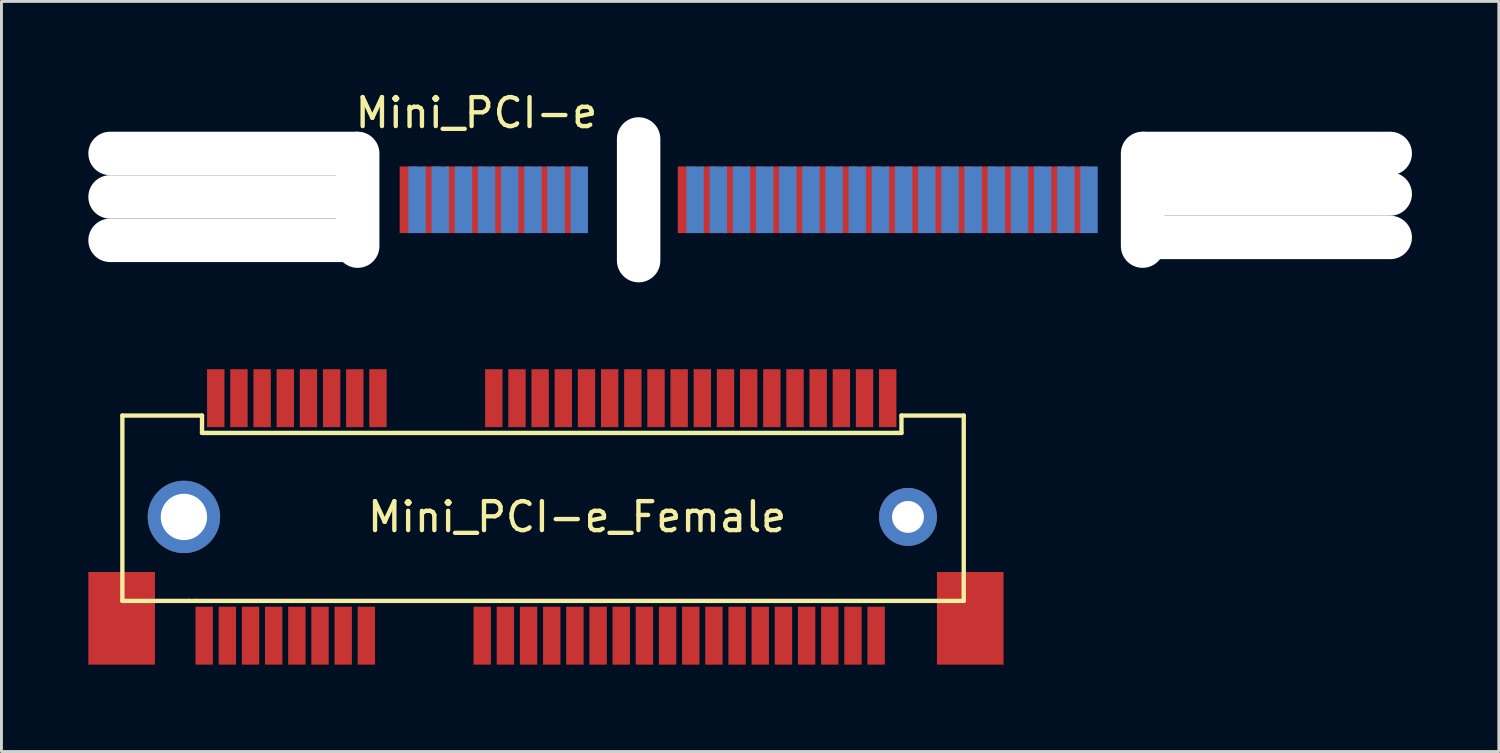
<source format=kicad_pcb>
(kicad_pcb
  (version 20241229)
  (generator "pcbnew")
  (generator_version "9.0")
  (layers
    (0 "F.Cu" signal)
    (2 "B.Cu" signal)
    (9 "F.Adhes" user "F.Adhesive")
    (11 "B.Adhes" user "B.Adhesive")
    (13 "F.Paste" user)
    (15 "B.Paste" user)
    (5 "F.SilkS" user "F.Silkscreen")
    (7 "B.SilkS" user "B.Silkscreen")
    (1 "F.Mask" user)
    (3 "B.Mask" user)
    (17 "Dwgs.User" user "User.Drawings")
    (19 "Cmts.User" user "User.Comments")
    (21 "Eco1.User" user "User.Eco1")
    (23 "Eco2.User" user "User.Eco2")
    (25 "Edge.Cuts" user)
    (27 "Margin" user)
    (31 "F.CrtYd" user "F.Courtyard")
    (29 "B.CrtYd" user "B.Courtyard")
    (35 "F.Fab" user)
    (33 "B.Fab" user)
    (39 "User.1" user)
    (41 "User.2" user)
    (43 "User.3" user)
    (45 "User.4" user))
  (footprint "Mini_PCI-e"
    (layer "F.Cu")
    (at 19 3.848)
    (property "Reference" "Mini_PCI-e" (at -5.6 -3 0) (layer "F.SilkS") (effects (font (size 1 1) (thickness 0.15))))
    (attr through_hole)
    (pad "" np_thru_hole oval (at -14 -1.6) (size 10 1.5) (drill oval 10 1.5) (layers "*.Cu"))
    (pad "" np_thru_hole oval (at -14 -0.1) (size 10 1.5) (drill oval 10 1.5) (layers "*.Cu"))
    (pad "" np_thru_hole oval (at -14 1.4) (size 10 1.5) (drill oval 10 1.5) (layers "*.Cu"))
    (pad "" np_thru_hole oval (at -9.7 0) (size 1.5 4.7) (drill oval 1.5 4.7) (layers "*.Cu"))
    (pad "" np_thru_hole oval (at 0 0) (size 1.5 5.7) (drill oval 1.5 5.7) (layers "*.Cu"))
    (pad "" np_thru_hole oval (at 17.4 0) (size 1.5 4.7) (drill oval 1.5 4.7) (layers "*.Cu"))
    (pad "" np_thru_hole oval (at 21.7 -1.6) (size 10 1.5) (drill oval 10 1.5) (layers "*.Cu"))
    (pad "" np_thru_hole oval (at 21.7 -0.2) (size 10 1.5) (drill oval 10 1.5) (layers "*.Cu"))
    (pad "" np_thru_hole oval (at 21.7 1.3) (size 10 1.5) (drill oval 10 1.5) (layers "*.Cu"))
    (pad "1" smd rect (at -7.95 0) (size 0.6 2.3) (layers "F.Cu" "F.Mask"))
    (pad "2" smd rect (at -7.65 0) (size 0.6 2.3) (layers "B.Cu" "B.Mask"))
    (pad "3" smd rect (at -7.15 0) (size 0.6 2.3) (layers "F.Cu" "F.Mask"))
    (pad "4" smd rect (at -6.85 0) (size 0.6 2.3) (layers "B.Cu" "B.Mask"))
    (pad "5" smd rect (at -6.35 0) (size 0.6 2.3) (layers "F.Cu" "F.Mask"))
    (pad "6" smd rect (at -6.05 0) (size 0.6 2.3) (layers "B.Cu" "B.Mask"))
    (pad "7" smd rect (at -5.55 0) (size 0.6 2.3) (layers "F.Cu" "F.Mask"))
    (pad "8" smd rect (at -5.25 0) (size 0.6 2.3) (layers "B.Cu" "B.Mask"))
    (pad "9" smd rect (at -4.75 0) (size 0.6 2.3) (layers "F.Cu" "F.Mask"))
    (pad "10" smd rect (at -4.45 0) (size 0.6 2.3) (layers "B.Cu" "B.Mask"))
    (pad "11" smd rect (at -3.95 0) (size 0.6 2.3) (layers "F.Cu" "F.Mask"))
    (pad "12" smd rect (at -3.65 0) (size 0.6 2.3) (layers "B.Cu" "B.Mask"))
    (pad "13" smd rect (at -3.15 0) (size 0.6 2.3) (layers "F.Cu" "F.Mask"))
    (pad "14" smd rect (at -2.85 0) (size 0.6 2.3) (layers "B.Cu" "B.Mask"))
    (pad "15" smd rect (at -2.35 0) (size 0.6 2.3) (layers "F.Cu" "F.Mask"))
    (pad "16" smd rect (at -2.05 0) (size 0.6 2.3) (layers "B.Cu" "B.Mask"))
    (pad "17" smd rect (at 1.65 0) (size 0.6 2.3) (layers "F.Cu" "F.Mask"))
    (pad "18" smd rect (at 1.95 0) (size 0.6 2.3) (layers "B.Cu" "B.Mask"))
    (pad "19" smd rect (at 2.45 0) (size 0.6 2.3) (layers "F.Cu" "F.Mask"))
    (pad "20" smd rect (at 2.75 0) (size 0.6 2.3) (layers "B.Cu" "B.Mask"))
    (pad "21" smd rect (at 3.25 0) (size 0.6 2.3) (layers "F.Cu" "F.Mask"))
    (pad "22" smd rect (at 3.55 0) (size 0.6 2.3) (layers "B.Cu" "B.Mask"))
    (pad "23" smd rect (at 4.05 0) (size 0.6 2.3) (layers "F.Cu" "F.Mask"))
    (pad "24" smd rect (at 4.35 0) (size 0.6 2.3) (layers "B.Cu" "B.Mask"))
    (pad "25" smd rect (at 4.85 0) (size 0.6 2.3) (layers "F.Cu" "F.Mask"))
    (pad "26" smd rect (at 5.15 0) (size 0.6 2.3) (layers "B.Cu" "B.Mask"))
    (pad "27" smd rect (at 5.65 0) (size 0.6 2.3) (layers "F.Cu" "F.Mask"))
    (pad "28" smd rect (at 5.95 0) (size 0.6 2.3) (layers "B.Cu" "B.Mask"))
    (pad "29" smd rect (at 6.45 0) (size 0.6 2.3) (layers "F.Cu" "F.Mask"))
    (pad "30" smd rect (at 6.75 0) (size 0.6 2.3) (layers "B.Cu" "B.Mask"))
    (pad "31" smd rect (at 7.25 0) (size 0.6 2.3) (layers "F.Cu" "F.Mask"))
    (pad "32" smd rect (at 7.55 0) (size 0.6 2.3) (layers "B.Cu" "B.Mask"))
    (pad "33" smd rect (at 8.05 0) (size 0.6 2.3) (layers "F.Cu" "F.Mask"))
    (pad "34" smd rect (at 8.35 0) (size 0.6 2.3) (layers "B.Cu" "B.Mask"))
    (pad "35" smd rect (at 8.85 0) (size 0.6 2.3) (layers "F.Cu" "F.Mask"))
    (pad "36" smd rect (at 9.15 0) (size 0.6 2.3) (layers "B.Cu" "B.Mask"))
    (pad "37" smd rect (at 9.65 0) (size 0.6 2.3) (layers "F.Cu" "F.Mask"))
    (pad "38" smd rect (at 9.95 0) (size 0.6 2.3) (layers "B.Cu" "B.Mask"))
    (pad "39" smd rect (at 10.45 0) (size 0.6 2.3) (layers "F.Cu" "F.Mask"))
    (pad "40" smd rect (at 10.75 0) (size 0.6 2.3) (layers "B.Cu" "B.Mask"))
    (pad "41" smd rect (at 11.25 0) (size 0.6 2.3) (layers "F.Cu" "F.Mask"))
    (pad "42" smd rect (at 11.55 0) (size 0.6 2.3) (layers "B.Cu" "B.Mask"))
    (pad "43" smd rect (at 12.05 0) (size 0.6 2.3) (layers "F.Cu" "F.Mask"))
    (pad "44" smd rect (at 12.35 0) (size 0.6 2.3) (layers "B.Cu" "B.Mask"))
    (pad "45" smd rect (at 12.85 0) (size 0.6 2.3) (layers "F.Cu" "F.Mask"))
    (pad "46" smd rect (at 13.15 0) (size 0.6 2.3) (layers "B.Cu" "B.Mask"))
    (pad "47" smd rect (at 13.65 0) (size 0.6 2.3) (layers "F.Cu" "F.Mask"))
    (pad "48" smd rect (at 13.95 0) (size 0.6 2.3) (layers "B.Cu" "B.Mask"))
    (pad "49" smd rect (at 14.45 0) (size 0.6 2.3) (layers "F.Cu" "F.Mask"))
    (pad "50" smd rect (at 14.75 0) (size 0.6 2.3) (layers "B.Cu" "B.Mask"))
    (pad "51" smd rect (at 15.25 0) (size 0.6 2.3) (layers "F.Cu" "F.Mask"))
    (pad "52" smd rect (at 15.55 0) (size 0.6 2.3) (layers "B.Cu" "B.Mask")))
  (footprint "Mini_PCI-e_Female"
    (layer "F.Cu")
    (at 16.875 14.798)
    (property "Reference" "Mini_PCI-e_Female" (at 0 0 0) (layer "F.SilkS") (effects (font (size 1 1) (thickness 0.15))))
    (attr through_hole)
    (fp_line (start -15.7 -3.5) (end -12.95 -3.5) (stroke (width 0.15) (type solid)) (layer "F.SilkS"))
    (fp_line (start -15.7 2.9) (end -15.7 -3.5) (stroke (width 0.15) (type solid)) (layer "F.SilkS"))
    (fp_line (start -13.4 2.9) (end -15.7 2.9) (stroke (width 0.15) (type solid)) (layer "F.SilkS"))
    (fp_line (start -13.15 2.9) (end -13.4 2.9) (stroke (width 0.15) (type solid)) (layer "F.SilkS"))
    (fp_line (start -12.95 -3.5) (end -12.95 -2.9) (stroke (width 0.15) (type solid)) (layer "F.SilkS"))
    (fp_line (start -12.95 -2.9) (end -12.75 -2.9) (stroke (width 0.15) (type solid)) (layer "F.SilkS"))
    (fp_line (start -12.75 -2.9) (end 11 -2.9) (stroke (width 0.15) (type solid)) (layer "F.SilkS"))
    (fp_line (start 11 -2.9) (end 11.2 -2.9) (stroke (width 0.15) (type solid)) (layer "F.SilkS"))
    (fp_line (start 11.2 -3.5) (end 13.35 -3.5) (stroke (width 0.15) (type solid)) (layer "F.SilkS"))
    (fp_line (start 11.2 -2.9) (end 11.2 -3.5) (stroke (width 0.15) (type solid)) (layer "F.SilkS"))
    (fp_line (start 13.35 2.9) (end -13.15 2.9) (stroke (width 0.15) (type solid)) (layer "F.SilkS"))
    (fp_line (start 13.35 2.9) (end 13.35 -3.5) (stroke (width 0.15) (type solid)) (layer "F.SilkS"))
    (pad "1" smd rect (at -12.875 4.1) (size 0.6 2) (layers "F.Cu" "F.Mask" "F.Paste"))
    (pad "2" smd rect (at -12.475 -4.1) (size 0.6 2) (layers "F.Cu" "F.Mask" "F.Paste"))
    (pad "3" smd rect (at -12.075 4.1) (size 0.6 2) (layers "F.Cu" "F.Mask" "F.Paste"))
    (pad "4" smd rect (at -11.675 -4.1) (size 0.6 2) (layers "F.Cu" "F.Mask" "F.Paste"))
    (pad "5" smd rect (at -11.275 4.1) (size 0.6 2) (layers "F.Cu" "F.Mask" "F.Paste"))
    (pad "6" smd rect (at -10.875 -4.1) (size 0.6 2) (layers "F.Cu" "F.Mask" "F.Paste"))
    (pad "7" smd rect (at -10.475 4.1) (size 0.6 2) (layers "F.Cu" "F.Mask" "F.Paste"))
    (pad "8" smd rect (at -10.075 -4.1) (size 0.6 2) (layers "F.Cu" "F.Mask" "F.Paste"))
    (pad "9" smd rect (at -9.675 4.1) (size 0.6 2) (layers "F.Cu" "F.Mask" "F.Paste"))
    (pad "10" smd rect (at -9.275 -4.1) (size 0.6 2) (layers "F.Cu" "F.Mask" "F.Paste"))
    (pad "11" smd rect (at -8.875 4.1) (size 0.6 2) (layers "F.Cu" "F.Mask" "F.Paste"))
    (pad "12" smd rect (at -8.475 -4.1) (size 0.6 2) (layers "F.Cu" "F.Mask" "F.Paste"))
    (pad "13" smd rect (at -8.075 4.1) (size 0.6 2) (layers "F.Cu" "F.Mask" "F.Paste"))
    (pad "14" smd rect (at -7.675 -4.1) (size 0.6 2) (layers "F.Cu" "F.Mask" "F.Paste"))
    (pad "15" smd rect (at -7.275 4.1) (size 0.6 2) (layers "F.Cu" "F.Mask" "F.Paste"))
    (pad "16" smd rect (at -6.875 -4.1) (size 0.6 2) (layers "F.Cu" "F.Mask" "F.Paste"))
    (pad "17" smd rect (at -3.275 4.1) (size 0.6 2) (layers "F.Cu" "F.Mask" "F.Paste"))
    (pad "18" smd rect (at -2.875 -4.1) (size 0.6 2) (layers "F.Cu" "F.Mask" "F.Paste"))
    (pad "19" smd rect (at -2.475 4.1) (size 0.6 2) (layers "F.Cu" "F.Mask" "F.Paste"))
    (pad "20" smd rect (at -2.075 -4.1) (size 0.6 2) (layers "F.Cu" "F.Mask" "F.Paste"))
    (pad "21" smd rect (at -1.675 4.1) (size 0.6 2) (layers "F.Cu" "F.Mask" "F.Paste"))
    (pad "22" smd rect (at -1.275 -4.1) (size 0.6 2) (layers "F.Cu" "F.Mask" "F.Paste"))
    (pad "23" smd rect (at -0.875 4.1) (size 0.6 2) (layers "F.Cu" "F.Mask" "F.Paste"))
    (pad "24" smd rect (at -0.475 -4.1) (size 0.6 2) (layers "F.Cu" "F.Mask" "F.Paste"))
    (pad "25" smd rect (at -0.075 4.1) (size 0.6 2) (layers "F.Cu" "F.Mask" "F.Paste"))
    (pad "26" smd rect (at 0.325 -4.1) (size 0.6 2) (layers "F.Cu" "F.Mask" "F.Paste"))
    (pad "27" smd rect (at 0.725 4.1) (size 0.6 2) (layers "F.Cu" "F.Mask" "F.Paste"))
    (pad "28" smd rect (at 1.125 -4.1) (size 0.6 2) (layers "F.Cu" "F.Mask" "F.Paste"))
    (pad "29" smd rect (at 1.525 4.1) (size 0.6 2) (layers "F.Cu" "F.Mask" "F.Paste"))
    (pad "30" smd rect (at 1.925 -4.1) (size 0.6 2) (layers "F.Cu" "F.Mask" "F.Paste"))
    (pad "31" smd rect (at 2.325 4.1) (size 0.6 2) (layers "F.Cu" "F.Mask" "F.Paste"))
    (pad "32" smd rect (at 2.725 -4.1) (size 0.6 2) (layers "F.Cu" "F.Mask" "F.Paste"))
    (pad "33" smd rect (at 3.125 4.1) (size 0.6 2) (layers "F.Cu" "F.Mask" "F.Paste"))
    (pad "34" smd rect (at 3.525 -4.1) (size 0.6 2) (layers "F.Cu" "F.Mask" "F.Paste"))
    (pad "35" smd rect (at 3.925 4.1) (size 0.6 2) (layers "F.Cu" "F.Mask" "F.Paste"))
    (pad "36" smd rect (at 4.325 -4.1) (size 0.6 2) (layers "F.Cu" "F.Mask" "F.Paste"))
    (pad "37" smd rect (at 4.725 4.1) (size 0.6 2) (layers "F.Cu" "F.Mask" "F.Paste"))
    (pad "38" smd rect (at 5.125 -4.1) (size 0.6 2) (layers "F.Cu" "F.Mask" "F.Paste"))
    (pad "39" smd rect (at 5.525 4.1) (size 0.6 2) (layers "F.Cu" "F.Mask" "F.Paste"))
    (pad "40" smd rect (at 5.925 -4.1) (size 0.6 2) (layers "F.Cu" "F.Mask" "F.Paste"))
    (pad "41" smd rect (at 6.325 4.1) (size 0.6 2) (layers "F.Cu" "F.Mask" "F.Paste"))
    (pad "42" smd rect (at 6.725 -4.1) (size 0.6 2) (layers "F.Cu" "F.Mask" "F.Paste"))
    (pad "43" smd rect (at 7.125 4.1) (size 0.6 2) (layers "F.Cu" "F.Mask" "F.Paste"))
    (pad "44" smd rect (at 7.525 -4.1) (size 0.6 2) (layers "F.Cu" "F.Mask" "F.Paste"))
    (pad "45" smd rect (at 7.925 4.1) (size 0.6 2) (layers "F.Cu" "F.Mask" "F.Paste"))
    (pad "46" smd rect (at 8.325 -4.1) (size 0.6 2) (layers "F.Cu" "F.Mask" "F.Paste"))
    (pad "47" smd rect (at 8.725 4.1) (size 0.6 2) (layers "F.Cu" "F.Mask" "F.Paste"))
    (pad "48" smd rect (at 9.125 -4.1) (size 0.6 2) (layers "F.Cu" "F.Mask" "F.Paste"))
    (pad "49" smd rect (at 9.525 4.1) (size 0.6 2) (layers "F.Cu" "F.Mask" "F.Paste"))
    (pad "50" smd rect (at 9.925 -4.1) (size 0.6 2) (layers "F.Cu" "F.Mask" "F.Paste"))
    (pad "51" smd rect (at 10.325 4.1) (size 0.6 2) (layers "F.Cu" "F.Mask" "F.Paste"))
    (pad "52" smd rect (at 10.725 -4.1) (size 0.6 2) (layers "F.Cu" "F.Mask" "F.Paste"))
    (pad "A" smd rect (at -15.725 3.5) (size 2.3 3.2) (layers "F.Cu" "F.Mask" "F.Paste"))
    (pad "B" thru_hole circle (at -13.575 0) (size 2.5 2.5) (drill 1.6) (layers "*.Cu" "*.Mask"))
    (pad "C" thru_hole circle (at 11.425 0) (size 2 2) (drill 1.1) (layers "*.Cu" "*.Mask"))
    (pad "D" smd rect (at 13.575 3.5) (size 2.3 3.2) (layers "F.Cu" "F.Mask" "F.Paste")))
  (gr_rect
    (start -3 -3)
    (end 48.7 22.898)
    (stroke (width 0.1) (type default))
    (fill no)
    (layer "Edge.Cuts")))
</source>
